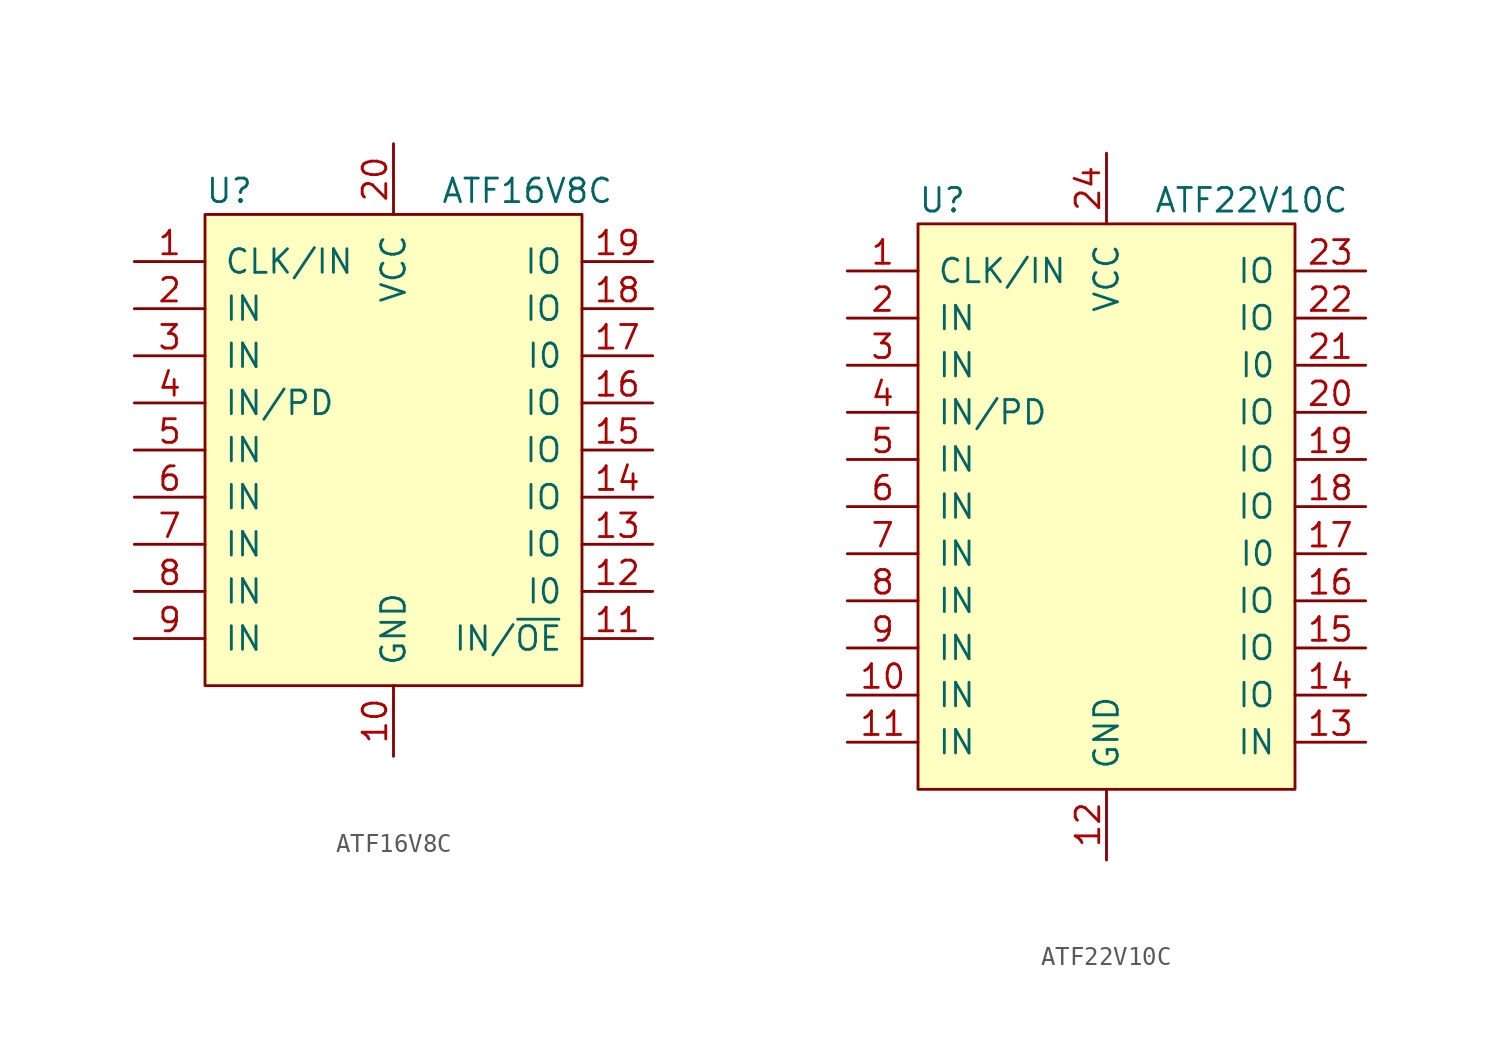
<source format=kicad_sym>
(kicad_symbol_lib
  (version 20211014)
  (generator kicad_symbol_editor)
  (symbol "ATF16V8C"
    (pin_names
      (offset 1.016))
    (property "Reference" "U"
      (at -10.16 16.51 0)
      (effects (font (size 1.27 1.27)) (justify left)))
    (property "Value" "ATF16V8C"
      (at 2.54 16.51 0)
      (effects (font (size 1.27 1.27)) (justify left)))
    (symbol "ATF16V8C_0_0"
      (pin power_in line (at 0 -13.97 90) (length 3.81) (name "GND" (effects (font (size 1.27 1.27)))) (number "10" (effects (font (size 1.27 1.27)))))
      (pin power_in line (at 0 19.05 270) (length 3.81) (name "VCC" (effects (font (size 1.27 1.27)))) (number "20" (effects (font (size 1.27 1.27))))))
    (symbol "ATF16V8C_0_1"
      (rectangle (start 10.16 -10.16) (end -10.16 15.24) (stroke (width 0) (type default) (color 0 0 0 0)) (fill (type background))))
    (symbol "ATF16V8C_1_1"
      (pin input line (at -13.97 12.7 0) (length 3.81) (name "CLK/IN" (effects (font (size 1.27 1.27)))) (number "1" (effects (font (size 1.27 1.27)))))
      (pin input line (at 13.97 -7.62 180) (length 3.81) (name "IN/~{OE}" (effects (font (size 1.27 1.27)))) (number "11" (effects (font (size 1.27 1.27)))))
      (pin tri_state line (at 13.97 -5.08 180) (length 3.81) (name "I0" (effects (font (size 1.27 1.27)))) (number "12" (effects (font (size 1.27 1.27)))))
      (pin tri_state line (at 13.97 -2.54 180) (length 3.81) (name "IO" (effects (font (size 1.27 1.27)))) (number "13" (effects (font (size 1.27 1.27)))))
      (pin tri_state line (at 13.97 0 180) (length 3.81) (name "IO" (effects (font (size 1.27 1.27)))) (number "14" (effects (font (size 1.27 1.27)))))
      (pin tri_state line (at 13.97 2.54 180) (length 3.81) (name "IO" (effects (font (size 1.27 1.27)))) (number "15" (effects (font (size 1.27 1.27)))))
      (pin tri_state line (at 13.97 5.08 180) (length 3.81) (name "IO" (effects (font (size 1.27 1.27)))) (number "16" (effects (font (size 1.27 1.27)))))
      (pin tri_state line (at 13.97 7.62 180) (length 3.81) (name "I0" (effects (font (size 1.27 1.27)))) (number "17" (effects (font (size 1.27 1.27)))))
      (pin tri_state line (at 13.97 10.16 180) (length 3.81) (name "IO" (effects (font (size 1.27 1.27)))) (number "18" (effects (font (size 1.27 1.27)))))
      (pin tri_state line (at 13.97 12.7 180) (length 3.81) (name "IO" (effects (font (size 1.27 1.27)))) (number "19" (effects (font (size 1.27 1.27)))))
      (pin input line (at -13.97 10.16 0) (length 3.81) (name "IN" (effects (font (size 1.27 1.27)))) (number "2" (effects (font (size 1.27 1.27)))))
      (pin input line (at -13.97 7.62 0) (length 3.81) (name "IN" (effects (font (size 1.27 1.27)))) (number "3" (effects (font (size 1.27 1.27)))))
      (pin input line (at -13.97 5.08 0) (length 3.81) (name "IN/PD" (effects (font (size 1.27 1.27)))) (number "4" (effects (font (size 1.27 1.27)))))
      (pin input line (at -13.97 2.54 0) (length 3.81) (name "IN" (effects (font (size 1.27 1.27)))) (number "5" (effects (font (size 1.27 1.27)))))
      (pin input line (at -13.97 0 0) (length 3.81) (name "IN" (effects (font (size 1.27 1.27)))) (number "6" (effects (font (size 1.27 1.27)))))
      (pin input line (at -13.97 -2.54 0) (length 3.81) (name "IN" (effects (font (size 1.27 1.27)))) (number "7" (effects (font (size 1.27 1.27)))))
      (pin input line (at -13.97 -5.08 0) (length 3.81) (name "IN" (effects (font (size 1.27 1.27)))) (number "8" (effects (font (size 1.27 1.27)))))
      (pin input line (at -13.97 -7.62 0) (length 3.81) (name "IN" (effects (font (size 1.27 1.27)))) (number "9" (effects (font (size 1.27 1.27)))))))
  (symbol "ATF22V10C"
    (pin_names
      (offset 1.016))
    (property "Reference" "U"
      (at -10.16 16.51 0)
      (effects (font (size 1.27 1.27)) (justify left)))
    (property "Value" "ATF22V10C"
      (at 2.54 16.51 0)
      (effects (font (size 1.27 1.27)) (justify left)))
    (symbol "ATF22V10C_0_0"
      (pin power_in line (at 0 -19.05 90) (length 3.81) (name "GND" (effects (font (size 1.27 1.27)))) (number "12" (effects (font (size 1.27 1.27)))))
      (pin power_in line (at 0 19.05 270) (length 3.81) (name "VCC" (effects (font (size 1.27 1.27)))) (number "24" (effects (font (size 1.27 1.27))))))
    (symbol "ATF22V10C_0_1"
      (rectangle (start 10.16 -15.24) (end -10.16 15.24) (stroke (width 0) (type default) (color 0 0 0 0)) (fill (type background))))
    (symbol "ATF22V10C_1_1"
      (pin input line (at -13.97 12.7 0) (length 3.81) (name "CLK/IN" (effects (font (size 1.27 1.27)))) (number "1" (effects (font (size 1.27 1.27)))))
      (pin input line (at -13.97 -10.16 0) (length 3.81) (name "IN" (effects (font (size 1.27 1.27)))) (number "10" (effects (font (size 1.27 1.27)))))
      (pin input line (at -13.97 -12.7 0) (length 3.81) (name "IN" (effects (font (size 1.27 1.27)))) (number "11" (effects (font (size 1.27 1.27)))))
      (pin input line (at 13.97 -12.7 180) (length 3.81) (name "IN" (effects (font (size 1.27 1.27)))) (number "13" (effects (font (size 1.27 1.27)))))
      (pin tri_state line (at 13.97 -10.16 180) (length 3.81) (name "IO" (effects (font (size 1.27 1.27)))) (number "14" (effects (font (size 1.27 1.27)))))
      (pin tri_state line (at 13.97 -7.62 180) (length 3.81) (name "IO" (effects (font (size 1.27 1.27)))) (number "15" (effects (font (size 1.27 1.27)))))
      (pin tri_state line (at 13.97 -5.08 180) (length 3.81) (name "IO" (effects (font (size 1.27 1.27)))) (number "16" (effects (font (size 1.27 1.27)))))
      (pin tri_state line (at 13.97 -2.54 180) (length 3.81) (name "I0" (effects (font (size 1.27 1.27)))) (number "17" (effects (font (size 1.27 1.27)))))
      (pin tri_state line (at 13.97 0 180) (length 3.81) (name "IO" (effects (font (size 1.27 1.27)))) (number "18" (effects (font (size 1.27 1.27)))))
      (pin tri_state line (at 13.97 2.54 180) (length 3.81) (name "IO" (effects (font (size 1.27 1.27)))) (number "19" (effects (font (size 1.27 1.27)))))
      (pin input line (at -13.97 10.16 0) (length 3.81) (name "IN" (effects (font (size 1.27 1.27)))) (number "2" (effects (font (size 1.27 1.27)))))
      (pin tri_state line (at 13.97 5.08 180) (length 3.81) (name "IO" (effects (font (size 1.27 1.27)))) (number "20" (effects (font (size 1.27 1.27)))))
      (pin tri_state line (at 13.97 7.62 180) (length 3.81) (name "I0" (effects (font (size 1.27 1.27)))) (number "21" (effects (font (size 1.27 1.27)))))
      (pin tri_state line (at 13.97 10.16 180) (length 3.81) (name "IO" (effects (font (size 1.27 1.27)))) (number "22" (effects (font (size 1.27 1.27)))))
      (pin tri_state line (at 13.97 12.7 180) (length 3.81) (name "IO" (effects (font (size 1.27 1.27)))) (number "23" (effects (font (size 1.27 1.27)))))
      (pin input line (at -13.97 7.62 0) (length 3.81) (name "IN" (effects (font (size 1.27 1.27)))) (number "3" (effects (font (size 1.27 1.27)))))
      (pin input line (at -13.97 5.08 0) (length 3.81) (name "IN/PD" (effects (font (size 1.27 1.27)))) (number "4" (effects (font (size 1.27 1.27)))))
      (pin input line (at -13.97 2.54 0) (length 3.81) (name "IN" (effects (font (size 1.27 1.27)))) (number "5" (effects (font (size 1.27 1.27)))))
      (pin input line (at -13.97 0 0) (length 3.81) (name "IN" (effects (font (size 1.27 1.27)))) (number "6" (effects (font (size 1.27 1.27)))))
      (pin input line (at -13.97 -2.54 0) (length 3.81) (name "IN" (effects (font (size 1.27 1.27)))) (number "7" (effects (font (size 1.27 1.27)))))
      (pin input line (at -13.97 -5.08 0) (length 3.81) (name "IN" (effects (font (size 1.27 1.27)))) (number "8" (effects (font (size 1.27 1.27)))))
      (pin input line (at -13.97 -7.62 0) (length 3.81) (name "IN" (effects (font (size 1.27 1.27)))) (number "9" (effects (font (size 1.27 1.27))))))))
</source>
